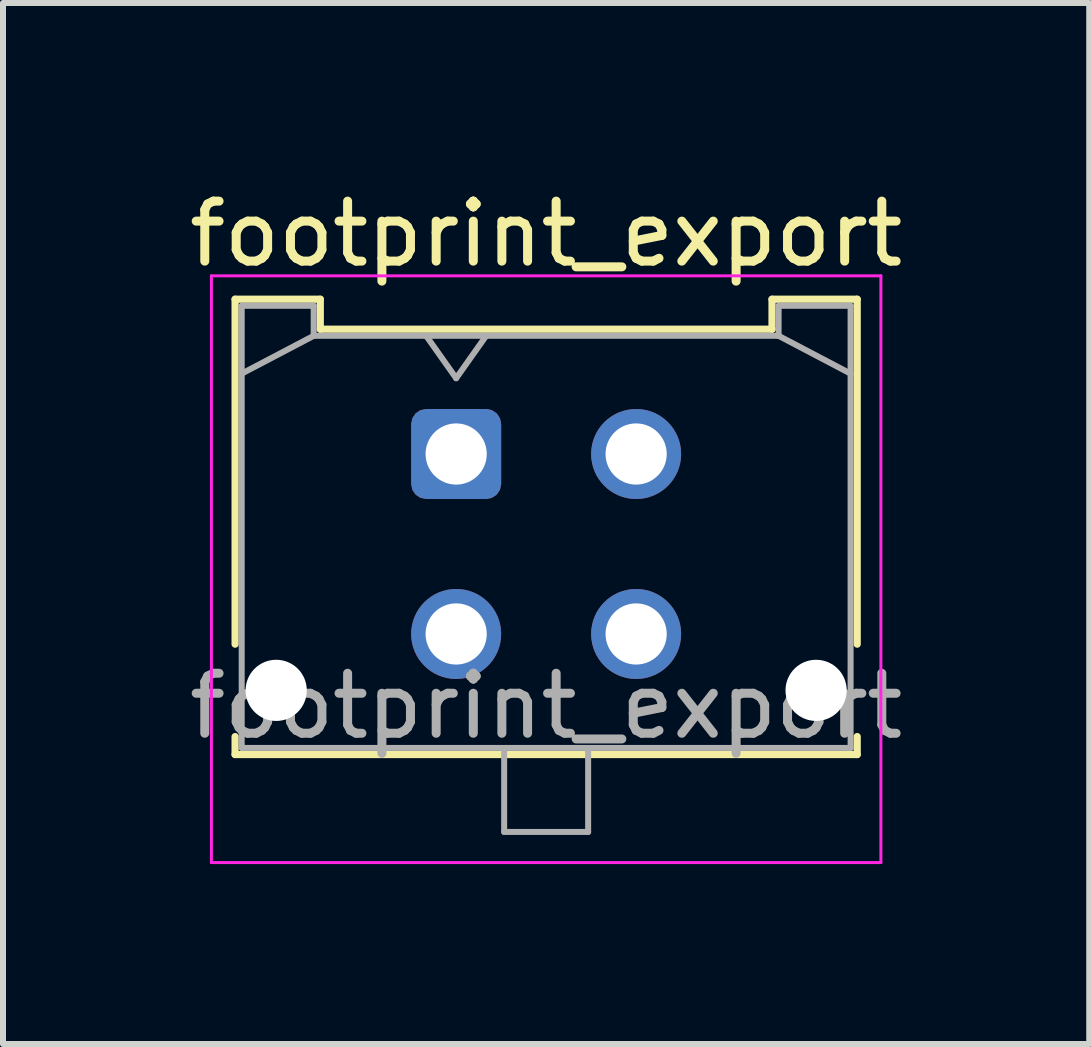
<source format=kicad_pcb>
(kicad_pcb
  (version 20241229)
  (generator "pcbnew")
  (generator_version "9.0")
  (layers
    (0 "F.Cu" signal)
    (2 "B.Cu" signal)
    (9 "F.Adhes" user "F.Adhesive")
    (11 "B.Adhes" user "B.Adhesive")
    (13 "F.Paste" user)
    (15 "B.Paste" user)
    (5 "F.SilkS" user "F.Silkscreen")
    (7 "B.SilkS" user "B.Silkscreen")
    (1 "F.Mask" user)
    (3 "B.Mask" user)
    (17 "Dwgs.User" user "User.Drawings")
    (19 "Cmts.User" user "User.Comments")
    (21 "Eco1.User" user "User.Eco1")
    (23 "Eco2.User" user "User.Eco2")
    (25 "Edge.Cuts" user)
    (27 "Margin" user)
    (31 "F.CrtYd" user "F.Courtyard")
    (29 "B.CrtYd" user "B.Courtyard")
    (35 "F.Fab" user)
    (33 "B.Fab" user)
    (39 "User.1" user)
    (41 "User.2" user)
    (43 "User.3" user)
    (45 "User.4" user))
  (footprint "footprint_export"
    (layer "F.Cu")
    (at 4.554 4.518)
    (property "Reference" "footprint_export" (at 1.5 -3.67 0) (layer "F.SilkS") (effects (font (size 1 1) (thickness 0.15))))
    (attr through_hole)
    (fp_line (start -3.685 -2.58) (end -2.265 -2.58) (stroke (width 0.12) (type solid)) (layer "F.SilkS"))
    (fp_line (start -3.685 3.17) (end -3.685 -2.58) (stroke (width 0.12) (type solid)) (layer "F.SilkS"))
    (fp_line (start -3.685 4.71) (end -3.685 5.01) (stroke (width 0.12) (type solid)) (layer "F.SilkS"))
    (fp_line (start -3.685 5.01) (end 6.685 5.01) (stroke (width 0.12) (type solid)) (layer "F.SilkS"))
    (fp_line (start -2.265 -2.58) (end -2.265 -2.08) (stroke (width 0.12) (type solid)) (layer "F.SilkS"))
    (fp_line (start -2.265 -2.08) (end 5.265 -2.08) (stroke (width 0.12) (type solid)) (layer "F.SilkS"))
    (fp_line (start 5.265 -2.58) (end 6.685 -2.58) (stroke (width 0.12) (type solid)) (layer "F.SilkS"))
    (fp_line (start 5.265 -2.08) (end 5.265 -2.58) (stroke (width 0.12) (type solid)) (layer "F.SilkS"))
    (fp_line (start 6.685 -2.58) (end 6.685 3.17) (stroke (width 0.12) (type solid)) (layer "F.SilkS"))
    (fp_line (start 6.685 5.01) (end 6.685 4.71) (stroke (width 0.12) (type solid)) (layer "F.SilkS"))
    (fp_line (start -4.08 -2.97) (end 7.08 -2.97) (stroke (width 0.05) (type solid)) (layer "F.CrtYd"))
    (fp_line (start -4.08 6.81) (end -4.08 -2.97) (stroke (width 0.05) (type solid)) (layer "F.CrtYd"))
    (fp_line (start 7.08 -2.97) (end 7.08 6.81) (stroke (width 0.05) (type solid)) (layer "F.CrtYd"))
    (fp_line (start 7.08 6.81) (end -4.08 6.81) (stroke (width 0.05) (type solid)) (layer "F.CrtYd"))
    (fp_line (start -3.575 -2.47) (end -3.575 4.9) (stroke (width 0.1) (type solid)) (layer "F.Fab"))
    (fp_line (start -3.575 -1.34) (end -2.375 -1.97) (stroke (width 0.1) (type solid)) (layer "F.Fab"))
    (fp_line (start -3.575 4.9) (end 6.575 4.9) (stroke (width 0.1) (type solid)) (layer "F.Fab"))
    (fp_line (start -2.375 -2.47) (end -3.575 -2.47) (stroke (width 0.1) (type solid)) (layer "F.Fab"))
    (fp_line (start -2.375 -1.97) (end -2.375 -2.47) (stroke (width 0.1) (type solid)) (layer "F.Fab"))
    (fp_line (start -0.5 -1.97) (end 0 -1.263) (stroke (width 0.1) (type solid)) (layer "F.Fab"))
    (fp_line (start 0 -1.263) (end 0.5 -1.97) (stroke (width 0.1) (type solid)) (layer "F.Fab"))
    (fp_line (start 0.8 4.9) (end 0.8 6.3) (stroke (width 0.1) (type solid)) (layer "F.Fab"))
    (fp_line (start 0.8 6.3) (end 2.2 6.3) (stroke (width 0.1) (type solid)) (layer "F.Fab"))
    (fp_line (start 2.2 6.3) (end 2.2 4.9) (stroke (width 0.1) (type solid)) (layer "F.Fab"))
    (fp_line (start 5.375 -2.47) (end 5.375 -1.97) (stroke (width 0.1) (type solid)) (layer "F.Fab"))
    (fp_line (start 5.375 -1.97) (end -2.375 -1.97) (stroke (width 0.1) (type solid)) (layer "F.Fab"))
    (fp_line (start 6.575 -2.47) (end 5.375 -2.47) (stroke (width 0.1) (type solid)) (layer "F.Fab"))
    (fp_line (start 6.575 -1.34) (end 5.375 -1.97) (stroke (width 0.1) (type solid)) (layer "F.Fab"))
    (fp_line (start 6.575 4.9) (end 6.575 -2.47) (stroke (width 0.1) (type solid)) (layer "F.Fab"))
    (fp_text user "${REFERENCE}" (at 1.5 4.2 0) (layer "F.Fab") (effects (font (size 1 1) (thickness 0.15))))
    (pad "" np_thru_hole circle (at -3 3.94) (size 1.02 1.02) (drill 1.02) (layers "*.Cu" "*.Mask"))
    (pad "" np_thru_hole circle (at 6 3.94) (size 1.02 1.02) (drill 1.02) (layers "*.Cu" "*.Mask"))
    (pad "1" thru_hole roundrect (at 0 0) (size 1.5 1.5) (drill 1.02) (layers "*.Cu" "*.Mask") (roundrect_rratio 0.167))
    (pad "2" thru_hole circle (at 3 0) (size 1.5 1.5) (drill 1.02) (layers "*.Cu" "*.Mask"))
    (pad "3" thru_hole circle (at 0 3) (size 1.5 1.5) (drill 1.02) (layers "*.Cu" "*.Mask"))
    (pad "4" thru_hole circle (at 3 3) (size 1.5 1.5) (drill 1.02) (layers "*.Cu" "*.Mask")))
  (gr_rect
    (start -3 -3)
    (end 15.107 14.353)
    (stroke (width 0.1) (type default))
    (fill no)
    (layer "Edge.Cuts")))
</source>
